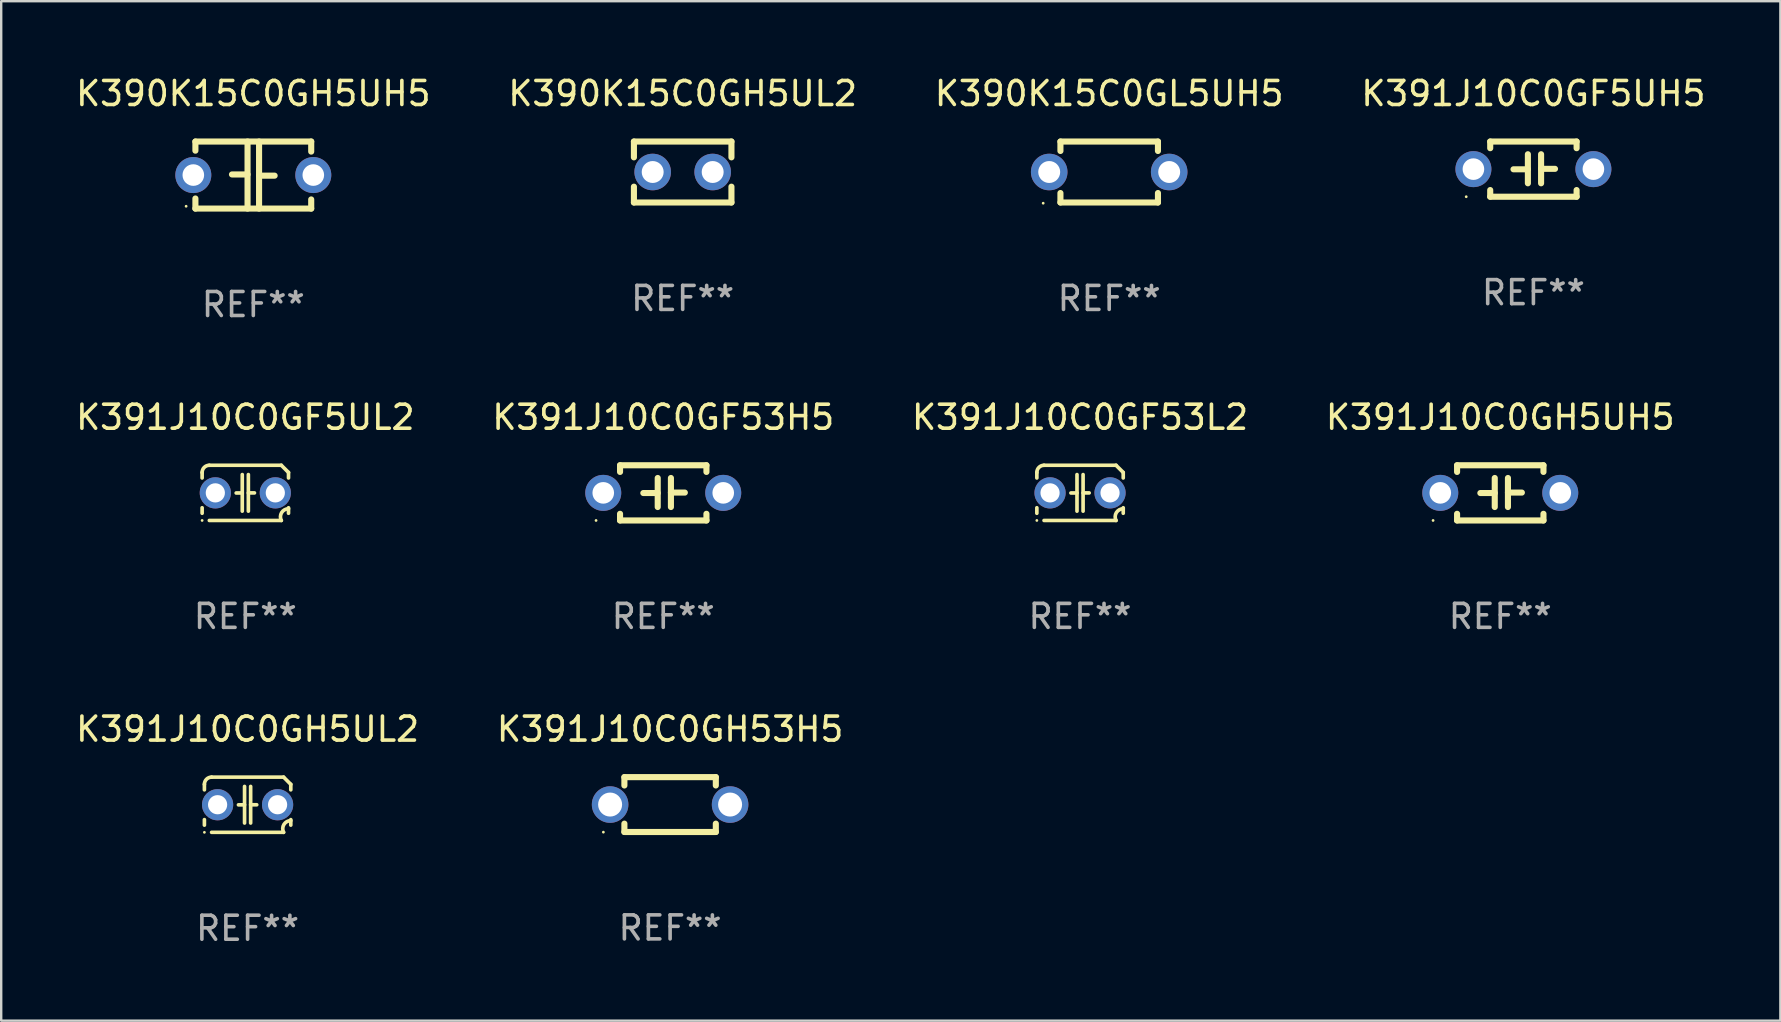
<source format=kicad_pcb>
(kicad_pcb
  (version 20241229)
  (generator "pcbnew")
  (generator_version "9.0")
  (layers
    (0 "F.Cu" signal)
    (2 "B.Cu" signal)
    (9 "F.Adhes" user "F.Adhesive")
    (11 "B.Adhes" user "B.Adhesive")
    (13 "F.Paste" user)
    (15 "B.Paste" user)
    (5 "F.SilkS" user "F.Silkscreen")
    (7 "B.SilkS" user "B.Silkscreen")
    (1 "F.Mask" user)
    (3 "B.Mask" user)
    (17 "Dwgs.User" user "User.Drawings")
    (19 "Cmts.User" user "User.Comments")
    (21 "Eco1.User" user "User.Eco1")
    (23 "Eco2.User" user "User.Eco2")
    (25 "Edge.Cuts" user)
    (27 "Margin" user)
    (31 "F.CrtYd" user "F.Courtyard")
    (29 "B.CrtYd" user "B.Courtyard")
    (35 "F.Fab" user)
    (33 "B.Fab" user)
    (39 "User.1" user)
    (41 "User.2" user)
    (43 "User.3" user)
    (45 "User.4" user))
  (footprint "K391J10C0GF5UH5"
    (layer "F.Cu")
    (at 60.851 3.998)
    (property "Reference" "K391J10C0GF5UH5" (at 0 -3.15 0) (layer "F.SilkS") (effects (font (size 1 1) (thickness 0.15))))
    (attr through_hole)
    (fp_line (start -1.8 -1.15) (end -1.8 -0.872) (stroke (width 0.254) (type solid)) (layer "F.SilkS"))
    (fp_line (start -1.8 -1.15) (end 1.8 -1.15) (stroke (width 0.254) (type solid)) (layer "F.SilkS"))
    (fp_line (start -1.8 0.872) (end -1.8 1.15) (stroke (width 0.254) (type solid)) (layer "F.SilkS"))
    (fp_line (start -1.8 1.15) (end 1.8 1.15) (stroke (width 0.254) (type solid)) (layer "F.SilkS"))
    (fp_line (start -0.23 -0.62) (end -0.23 0.59) (stroke (width 0.254) (type solid)) (layer "F.SilkS"))
    (fp_line (start -0.23 0.007) (end -0.83 0.007) (stroke (width 0.254) (type solid)) (layer "F.SilkS"))
    (fp_line (start 0.32 -0.62) (end 0.32 0.59) (stroke (width 0.254) (type solid)) (layer "F.SilkS"))
    (fp_line (start 0.32 -0.012) (end 0.9 -0.012) (stroke (width 0.254) (type solid)) (layer "F.SilkS"))
    (fp_line (start 1.8 -1.15) (end 1.8 -0.872) (stroke (width 0.254) (type solid)) (layer "F.SilkS"))
    (fp_line (start 1.8 0.872) (end 1.8 1.15) (stroke (width 0.254) (type solid)) (layer "F.SilkS"))
    (fp_circle (center -2.8 1.15) (end -2.77 1.15) (stroke (width 0.06) (type solid)) (fill no) (layer "F.SilkS"))
    (fp_text user "REF**" (at 0 5.15 0) (layer "F.Fab") (effects (font (size 1 1) (thickness 0.15))))
    (pad "1" thru_hole circle (at -2.5 0) (size 1.5 1.5) (drill 0.9) (layers "*.Cu" "*.Mask"))
    (pad "2" thru_hole circle (at 2.5 0) (size 1.5 1.5) (drill 0.9) (layers "*.Cu" "*.Mask")))
  (footprint "K391J10C0GH53H5"
    (layer "F.Cu")
    (at 24.875 30.478)
    (property "Reference" "K391J10C0GH53H5" (at 0 -3.143 0) (layer "F.SilkS") (effects (font (size 1 1) (thickness 0.15))))
    (attr through_hole)
    (fp_line (start -1.905 -1.143) (end 1.905 -1.143) (stroke (width 0.254) (type solid)) (layer "F.SilkS"))
    (fp_line (start -1.905 -0.795) (end -1.905 -1.143) (stroke (width 0.254) (type solid)) (layer "F.SilkS"))
    (fp_line (start -1.905 1.143) (end -1.905 0.795) (stroke (width 0.254) (type solid)) (layer "F.SilkS"))
    (fp_line (start 1.905 -1.143) (end 1.905 -0.795) (stroke (width 0.254) (type solid)) (layer "F.SilkS"))
    (fp_line (start 1.905 0.795) (end 1.905 1.143) (stroke (width 0.254) (type solid)) (layer "F.SilkS"))
    (fp_line (start 1.905 1.143) (end -1.905 1.143) (stroke (width 0.254) (type solid)) (layer "F.SilkS"))
    (fp_circle (center -2.781 1.15) (end -2.751 1.15) (stroke (width 0.06) (type solid)) (fill no) (layer "F.SilkS"))
    (fp_text user "REF**" (at 0 5.143 0) (layer "F.Fab") (effects (font (size 1 1) (thickness 0.15))))
    (pad "1" thru_hole circle (at -2.5 0) (size 1.524 1.524) (drill 1) (layers "*.Cu" "*.Mask"))
    (pad "2" thru_hole circle (at 2.5 0) (size 1.524 1.524) (drill 1) (layers "*.Cu" "*.Mask")))
  (footprint "K391J10C0GF5UL2"
    (layer "F.Cu")
    (at 7.173 17.489)
    (property "Reference" "K391J10C0GF5UL2" (at 0 -3.15 0) (layer "F.SilkS") (effects (font (size 1 1) (thickness 0.15))))
    (attr through_hole)
    (fp_line (start -1.8 -0.621) (end -1.8 -0.85) (stroke (width 0.152) (type solid)) (layer "F.SilkS"))
    (fp_line (start -1.8 0.85) (end -1.8 0.621) (stroke (width 0.152) (type solid)) (layer "F.SilkS"))
    (fp_line (start -1.5 -1.15) (end 1.5 -1.15) (stroke (width 0.152) (type solid)) (layer "F.SilkS"))
    (fp_line (start -0.127 -0.762) (end -0.127 0.762) (stroke (width 0.152) (type solid)) (layer "F.SilkS"))
    (fp_line (start -0.127 0.005) (end -0.381 0.005) (stroke (width 0.152) (type solid)) (layer "F.SilkS"))
    (fp_line (start 0.127 -0.762) (end 0.127 0.762) (stroke (width 0.152) (type solid)) (layer "F.SilkS"))
    (fp_line (start 0.127 0.002) (end 0.381 0.002) (stroke (width 0.152) (type solid)) (layer "F.SilkS"))
    (fp_line (start 1.5 1.15) (end -1.5 1.15) (stroke (width 0.152) (type solid)) (layer "F.SilkS"))
    (fp_line (start 1.8 -0.85) (end 1.8 -0.621) (stroke (width 0.152) (type solid)) (layer "F.SilkS"))
    (fp_line (start 1.8 0.621) (end 1.8 0.85) (stroke (width 0.152) (type solid)) (layer "F.SilkS"))
    (fp_arc (start -1.799975 -0.849987) (mid -1.712107 -1.062119) (end -1.499975 -1.149987) (stroke (width 0.151994) (type solid)) (layer "F.SilkS"))
    (fp_arc (start 1.499975 1.149987) (mid 1.513726 0.822359) (end 1.799975 0.662387) (stroke (width 0.151994) (type solid)) (layer "F.SilkS"))
    (fp_arc (start 1.500001 -1.149986) (mid 1.650015 -1.000001) (end 1.8 -0.849987) (stroke (width 0.151994) (type solid)) (layer "F.SilkS"))
    (fp_circle (center -1.8 1.15) (end -1.77 1.15) (stroke (width 0.06) (type solid)) (fill no) (layer "F.SilkS"))
    (fp_text user "REF**" (at 0 5.15 0) (layer "F.Fab") (effects (font (size 1 1) (thickness 0.15))))
    (pad "1" thru_hole circle (at -1.25 0) (size 1.3 1.3) (drill 0.8) (layers "*.Cu" "*.Mask"))
    (pad "2" thru_hole circle (at 1.25 0) (size 1.3 1.3) (drill 0.8) (layers "*.Cu" "*.Mask")))
  (footprint "K391J10C0GF53L2"
    (layer "F.Cu")
    (at 41.958 17.489)
    (property "Reference" "K391J10C0GF53L2" (at 0 -3.15 0) (layer "F.SilkS") (effects (font (size 1 1) (thickness 0.15))))
    (attr through_hole)
    (fp_line (start -1.8 -0.621) (end -1.8 -0.85) (stroke (width 0.152) (type solid)) (layer "F.SilkS"))
    (fp_line (start -1.8 0.85) (end -1.8 0.621) (stroke (width 0.152) (type solid)) (layer "F.SilkS"))
    (fp_line (start -1.5 -1.15) (end 1.5 -1.15) (stroke (width 0.152) (type solid)) (layer "F.SilkS"))
    (fp_line (start -0.127 -0.762) (end -0.127 0.762) (stroke (width 0.152) (type solid)) (layer "F.SilkS"))
    (fp_line (start -0.127 0.005) (end -0.381 0.005) (stroke (width 0.152) (type solid)) (layer "F.SilkS"))
    (fp_line (start 0.127 -0.762) (end 0.127 0.762) (stroke (width 0.152) (type solid)) (layer "F.SilkS"))
    (fp_line (start 0.127 0.002) (end 0.381 0.002) (stroke (width 0.152) (type solid)) (layer "F.SilkS"))
    (fp_line (start 1.5 1.15) (end -1.5 1.15) (stroke (width 0.152) (type solid)) (layer "F.SilkS"))
    (fp_line (start 1.8 -0.85) (end 1.8 -0.621) (stroke (width 0.152) (type solid)) (layer "F.SilkS"))
    (fp_line (start 1.8 0.621) (end 1.8 0.85) (stroke (width 0.152) (type solid)) (layer "F.SilkS"))
    (fp_arc (start -1.799975 -0.849987) (mid -1.712107 -1.062119) (end -1.499975 -1.149987) (stroke (width 0.151994) (type solid)) (layer "F.SilkS"))
    (fp_arc (start 1.499975 1.149987) (mid 1.513726 0.822359) (end 1.799975 0.662387) (stroke (width 0.151994) (type solid)) (layer "F.SilkS"))
    (fp_arc (start 1.500001 -1.149986) (mid 1.650015 -1.000001) (end 1.8 -0.849987) (stroke (width 0.151994) (type solid)) (layer "F.SilkS"))
    (fp_circle (center -1.8 1.15) (end -1.77 1.15) (stroke (width 0.06) (type solid)) (fill no) (layer "F.SilkS"))
    (fp_text user "REF**" (at 0 5.15 0) (layer "F.Fab") (effects (font (size 1 1) (thickness 0.15))))
    (pad "1" thru_hole circle (at -1.25 0) (size 1.3 1.3) (drill 0.8) (layers "*.Cu" "*.Mask"))
    (pad "2" thru_hole circle (at 1.25 0) (size 1.3 1.3) (drill 0.8) (layers "*.Cu" "*.Mask")))
  (footprint "K391J10C0GF53H5"
    (layer "F.Cu")
    (at 24.589 17.489)
    (property "Reference" "K391J10C0GF53H5" (at 0 -3.15 0) (layer "F.SilkS") (effects (font (size 1 1) (thickness 0.15))))
    (attr through_hole)
    (fp_line (start -1.8 -1.15) (end -1.8 -0.872) (stroke (width 0.254) (type solid)) (layer "F.SilkS"))
    (fp_line (start -1.8 -1.15) (end 1.8 -1.15) (stroke (width 0.254) (type solid)) (layer "F.SilkS"))
    (fp_line (start -1.8 0.872) (end -1.8 1.15) (stroke (width 0.254) (type solid)) (layer "F.SilkS"))
    (fp_line (start -1.8 1.15) (end 1.8 1.15) (stroke (width 0.254) (type solid)) (layer "F.SilkS"))
    (fp_line (start -0.23 -0.62) (end -0.23 0.59) (stroke (width 0.254) (type solid)) (layer "F.SilkS"))
    (fp_line (start -0.23 0.007) (end -0.83 0.007) (stroke (width 0.254) (type solid)) (layer "F.SilkS"))
    (fp_line (start 0.32 -0.62) (end 0.32 0.59) (stroke (width 0.254) (type solid)) (layer "F.SilkS"))
    (fp_line (start 0.32 -0.012) (end 0.9 -0.012) (stroke (width 0.254) (type solid)) (layer "F.SilkS"))
    (fp_line (start 1.8 -1.15) (end 1.8 -0.872) (stroke (width 0.254) (type solid)) (layer "F.SilkS"))
    (fp_line (start 1.8 0.872) (end 1.8 1.15) (stroke (width 0.254) (type solid)) (layer "F.SilkS"))
    (fp_circle (center -2.8 1.15) (end -2.77 1.15) (stroke (width 0.06) (type solid)) (fill no) (layer "F.SilkS"))
    (fp_text user "REF**" (at 0 5.15 0) (layer "F.Fab") (effects (font (size 1 1) (thickness 0.15))))
    (pad "1" thru_hole circle (at -2.5 0) (size 1.5 1.5) (drill 0.9) (layers "*.Cu" "*.Mask"))
    (pad "2" thru_hole circle (at 2.5 0) (size 1.5 1.5) (drill 0.9) (layers "*.Cu" "*.Mask")))
  (footprint "K391J10C0GH5UH5"
    (layer "F.Cu")
    (at 59.47 17.489)
    (property "Reference" "K391J10C0GH5UH5" (at 0 -3.15 0) (layer "F.SilkS") (effects (font (size 1 1) (thickness 0.15))))
    (attr through_hole)
    (fp_line (start -1.8 -1.15) (end -1.8 -0.872) (stroke (width 0.254) (type solid)) (layer "F.SilkS"))
    (fp_line (start -1.8 -1.15) (end 1.8 -1.15) (stroke (width 0.254) (type solid)) (layer "F.SilkS"))
    (fp_line (start -1.8 0.872) (end -1.8 1.15) (stroke (width 0.254) (type solid)) (layer "F.SilkS"))
    (fp_line (start -1.8 1.15) (end 1.8 1.15) (stroke (width 0.254) (type solid)) (layer "F.SilkS"))
    (fp_line (start -0.23 -0.62) (end -0.23 0.59) (stroke (width 0.254) (type solid)) (layer "F.SilkS"))
    (fp_line (start -0.23 0.007) (end -0.83 0.007) (stroke (width 0.254) (type solid)) (layer "F.SilkS"))
    (fp_line (start 0.32 -0.62) (end 0.32 0.59) (stroke (width 0.254) (type solid)) (layer "F.SilkS"))
    (fp_line (start 0.32 -0.012) (end 0.9 -0.012) (stroke (width 0.254) (type solid)) (layer "F.SilkS"))
    (fp_line (start 1.8 -1.15) (end 1.8 -0.872) (stroke (width 0.254) (type solid)) (layer "F.SilkS"))
    (fp_line (start 1.8 0.872) (end 1.8 1.15) (stroke (width 0.254) (type solid)) (layer "F.SilkS"))
    (fp_circle (center -2.8 1.15) (end -2.77 1.15) (stroke (width 0.06) (type solid)) (fill no) (layer "F.SilkS"))
    (fp_text user "REF**" (at 0 5.15 0) (layer "F.Fab") (effects (font (size 1 1) (thickness 0.15))))
    (pad "1" thru_hole circle (at -2.5 0) (size 1.5 1.5) (drill 0.9) (layers "*.Cu" "*.Mask"))
    (pad "2" thru_hole circle (at 2.5 0) (size 1.5 1.5) (drill 0.9) (layers "*.Cu" "*.Mask")))
  (footprint "K390K15C0GH5UH5"
    (layer "F.Cu")
    (at 7.506 4.245)
    (property "Reference" "K390K15C0GH5UH5" (at 0 -3.397 0) (layer "F.SilkS") (effects (font (size 1 1) (thickness 0.15))))
    (attr through_hole)
    (fp_line (start -2.413 -1.397) (end 2.413 -1.397) (stroke (width 0.254) (type solid)) (layer "F.SilkS"))
    (fp_line (start -2.413 -1.016) (end -2.413 -1.397) (stroke (width 0.254) (type solid)) (layer "F.SilkS"))
    (fp_line (start -2.413 0.977) (end -2.413 1.397) (stroke (width 0.254) (type solid)) (layer "F.SilkS"))
    (fp_line (start -0.24 -0.025) (end -0.889 -0.025) (stroke (width 0.254) (type solid)) (layer "F.SilkS"))
    (fp_line (start -0.24 1.397) (end -0.24 -1.397) (stroke (width 0.254) (type solid)) (layer "F.SilkS"))
    (fp_line (start 0.24 -1.397) (end 0.24 1.397) (stroke (width 0.254) (type solid)) (layer "F.SilkS"))
    (fp_line (start 0.24 0.025) (end 0.889 0.025) (stroke (width 0.254) (type solid)) (layer "F.SilkS"))
    (fp_line (start 2.413 -0.977) (end 2.413 -1.397) (stroke (width 0.254) (type solid)) (layer "F.SilkS"))
    (fp_line (start 2.413 1.016) (end 2.413 1.397) (stroke (width 0.254) (type solid)) (layer "F.SilkS"))
    (fp_line (start 2.413 1.397) (end -2.413 1.397) (stroke (width 0.254) (type solid)) (layer "F.SilkS"))
    (fp_circle (center -2.8 1.3) (end -2.77 1.3) (stroke (width 0.06) (type solid)) (fill no) (layer "F.SilkS"))
    (fp_text user "REF**" (at 0 5.397 0) (layer "F.Fab") (effects (font (size 1 1) (thickness 0.15))))
    (pad "1" thru_hole circle (at -2.5 0) (size 1.5 1.5) (drill 0.9) (layers "*.Cu" "*.Mask"))
    (pad "2" thru_hole circle (at 2.5 0) (size 1.5 1.5) (drill 0.9) (layers "*.Cu" "*.Mask")))
  (footprint "K390K15C0GL5UH5"
    (layer "F.Cu")
    (at 43.173 4.118)
    (property "Reference" "K390K15C0GL5UH5" (at 0 -3.27 0) (layer "F.SilkS") (effects (font (size 1 1) (thickness 0.15))))
    (attr through_hole)
    (fp_line (start -2.032 -1.27) (end -2.032 -0.876) (stroke (width 0.254) (type solid)) (layer "F.SilkS"))
    (fp_line (start -2.032 0.876) (end -2.032 1.27) (stroke (width 0.254) (type solid)) (layer "F.SilkS"))
    (fp_line (start -2.032 1.27) (end 2.032 1.27) (stroke (width 0.254) (type solid)) (layer "F.SilkS"))
    (fp_line (start 2.032 -1.27) (end -2.032 -1.27) (stroke (width 0.254) (type solid)) (layer "F.SilkS"))
    (fp_line (start 2.032 -0.876) (end 2.032 -1.27) (stroke (width 0.254) (type solid)) (layer "F.SilkS"))
    (fp_line (start 2.032 1.27) (end 2.032 0.876) (stroke (width 0.254) (type solid)) (layer "F.SilkS"))
    (fp_circle (center -2.751 1.3) (end -2.721 1.3) (stroke (width 0.06) (type solid)) (fill no) (layer "F.SilkS"))
    (fp_text user "REF**" (at 0 5.27 0) (layer "F.Fab") (effects (font (size 1 1) (thickness 0.15))))
    (pad "1" thru_hole circle (at -2.5 0) (size 1.524 1.524) (drill 0.914) (layers "*.Cu" "*.Mask"))
    (pad "2" thru_hole circle (at 2.5 0) (size 1.524 1.524) (drill 0.914) (layers "*.Cu" "*.Mask")))
  (footprint "K391J10C0GH5UL2"
    (layer "F.Cu")
    (at 7.268 30.485)
    (property "Reference" "K391J10C0GH5UL2" (at 0 -3.15 0) (layer "F.SilkS") (effects (font (size 1 1) (thickness 0.15))))
    (attr through_hole)
    (fp_line (start -1.8 -0.621) (end -1.8 -0.85) (stroke (width 0.152) (type solid)) (layer "F.SilkS"))
    (fp_line (start -1.8 0.85) (end -1.8 0.621) (stroke (width 0.152) (type solid)) (layer "F.SilkS"))
    (fp_line (start -1.5 -1.15) (end 1.5 -1.15) (stroke (width 0.152) (type solid)) (layer "F.SilkS"))
    (fp_line (start -0.127 -0.762) (end -0.127 0.762) (stroke (width 0.152) (type solid)) (layer "F.SilkS"))
    (fp_line (start -0.127 0.005) (end -0.381 0.005) (stroke (width 0.152) (type solid)) (layer "F.SilkS"))
    (fp_line (start 0.127 -0.762) (end 0.127 0.762) (stroke (width 0.152) (type solid)) (layer "F.SilkS"))
    (fp_line (start 0.127 0.002) (end 0.381 0.002) (stroke (width 0.152) (type solid)) (layer "F.SilkS"))
    (fp_line (start 1.5 1.15) (end -1.5 1.15) (stroke (width 0.152) (type solid)) (layer "F.SilkS"))
    (fp_line (start 1.8 -0.85) (end 1.8 -0.621) (stroke (width 0.152) (type solid)) (layer "F.SilkS"))
    (fp_line (start 1.8 0.621) (end 1.8 0.85) (stroke (width 0.152) (type solid)) (layer "F.SilkS"))
    (fp_arc (start -1.799975 -0.849987) (mid -1.712107 -1.062119) (end -1.499975 -1.149987) (stroke (width 0.151994) (type solid)) (layer "F.SilkS"))
    (fp_arc (start 1.499975 1.149987) (mid 1.513726 0.822359) (end 1.799975 0.662387) (stroke (width 0.151994) (type solid)) (layer "F.SilkS"))
    (fp_arc (start 1.500001 -1.149986) (mid 1.650015 -1.000001) (end 1.8 -0.849987) (stroke (width 0.151994) (type solid)) (layer "F.SilkS"))
    (fp_circle (center -1.8 1.15) (end -1.77 1.15) (stroke (width 0.06) (type solid)) (fill no) (layer "F.SilkS"))
    (fp_text user "REF**" (at 0 5.15 0) (layer "F.Fab") (effects (font (size 1 1) (thickness 0.15))))
    (pad "1" thru_hole circle (at -1.25 0) (size 1.3 1.3) (drill 0.8) (layers "*.Cu" "*.Mask"))
    (pad "2" thru_hole circle (at 1.25 0) (size 1.3 1.3) (drill 0.8) (layers "*.Cu" "*.Mask")))
  (footprint "K390K15C0GH5UL2"
    (layer "F.Cu")
    (at 25.399 4.118)
    (property "Reference" "K390K15C0GH5UL2" (at 0 -3.27 0) (layer "F.SilkS") (effects (font (size 1 1) (thickness 0.15))))
    (attr through_hole)
    (fp_line (start -2.032 -1.27) (end -2.032 -0.611) (stroke (width 0.254) (type solid)) (layer "F.SilkS"))
    (fp_line (start -2.032 0.611) (end -2.032 1.27) (stroke (width 0.254) (type solid)) (layer "F.SilkS"))
    (fp_line (start -2.032 1.27) (end 2.032 1.27) (stroke (width 0.254) (type solid)) (layer "F.SilkS"))
    (fp_line (start 2.032 -1.27) (end -2.032 -1.27) (stroke (width 0.254) (type solid)) (layer "F.SilkS"))
    (fp_line (start 2.032 -0.611) (end 2.032 -1.27) (stroke (width 0.254) (type solid)) (layer "F.SilkS"))
    (fp_line (start 2.032 1.27) (end 2.032 0.611) (stroke (width 0.254) (type solid)) (layer "F.SilkS"))
    (fp_circle (center -2 1.3) (end -1.97 1.3) (stroke (width 0.06) (type solid)) (fill no) (layer "F.SilkS"))
    (fp_text user "REF**" (at 0 5.27 0) (layer "F.Fab") (effects (font (size 1 1) (thickness 0.15))))
    (pad "1" thru_hole circle (at -1.25 0) (size 1.524 1.524) (drill 0.914) (layers "*.Cu" "*.Mask"))
    (pad "2" thru_hole circle (at 1.25 0) (size 1.524 1.524) (drill 0.914) (layers "*.Cu" "*.Mask")))
  (gr_rect
    (start -3 -3)
    (end 71.143 39.484)
    (stroke (width 0.1) (type default))
    (fill no)
    (layer "Edge.Cuts")))
</source>
